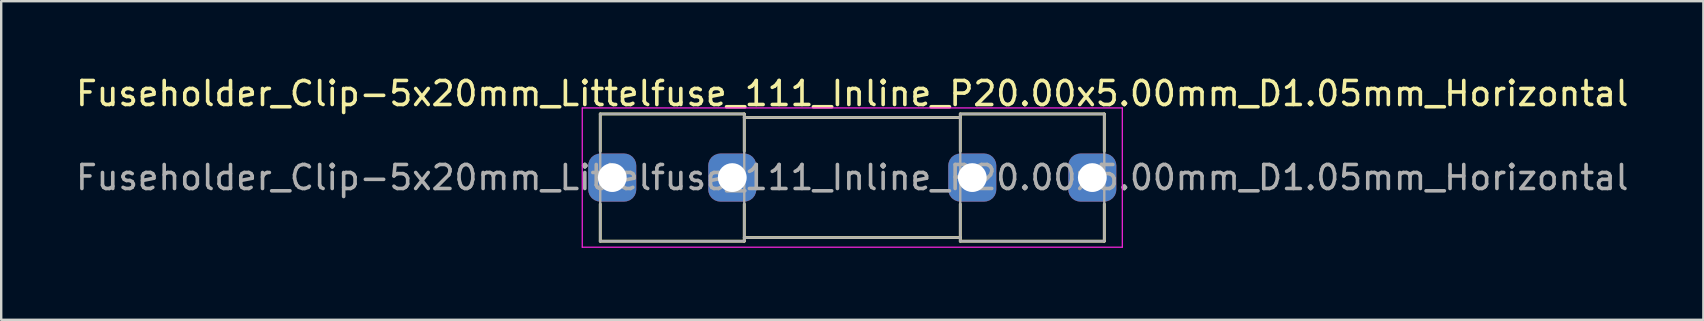
<source format=kicad_pcb>
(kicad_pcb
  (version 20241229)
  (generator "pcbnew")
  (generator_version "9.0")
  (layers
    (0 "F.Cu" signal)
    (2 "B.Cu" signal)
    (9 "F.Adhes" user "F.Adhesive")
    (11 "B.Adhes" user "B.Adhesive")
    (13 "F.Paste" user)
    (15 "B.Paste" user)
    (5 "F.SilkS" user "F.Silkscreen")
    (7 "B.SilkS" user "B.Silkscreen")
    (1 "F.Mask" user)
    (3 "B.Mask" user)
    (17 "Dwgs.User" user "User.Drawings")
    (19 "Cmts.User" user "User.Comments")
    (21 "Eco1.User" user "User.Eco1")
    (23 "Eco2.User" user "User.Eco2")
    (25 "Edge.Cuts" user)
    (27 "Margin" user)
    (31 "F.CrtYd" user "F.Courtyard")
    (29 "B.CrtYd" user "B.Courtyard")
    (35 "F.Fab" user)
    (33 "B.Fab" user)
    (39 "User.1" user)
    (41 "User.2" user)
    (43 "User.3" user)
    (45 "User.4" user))
  (footprint "Fuseholder_Clip-5x20mm_Littelfuse_111_Inline_P20.00x5.00mm_D1.05mm_Horizontal"
    (layer "F.Cu")
    (at 22.458 4.348)
    (property "Reference" "Fuseholder_Clip-5x20mm_Littelfuse_111_Inline_P20.00x5.00mm_D1.05mm_Horizontal" (at 10 -3.5 0) (layer "F.SilkS") (effects (font (size 1 1) (thickness 0.15))))
    (attr through_hole)
    (fp_line (start -0.5 -2.65) (end -0.5 -1.1) (stroke (width 0.12) (type solid)) (layer "F.SilkS"))
    (fp_line (start -0.5 2.65) (end -0.5 1.1) (stroke (width 0.12) (type solid)) (layer "F.SilkS"))
    (fp_line (start 5.5 -2.65) (end -0.5 -2.65) (stroke (width 0.12) (type solid)) (layer "F.SilkS"))
    (fp_line (start 5.5 -2.65) (end 5.5 -1.1) (stroke (width 0.12) (type solid)) (layer "F.SilkS"))
    (fp_line (start 5.5 2.65) (end -0.5 2.65) (stroke (width 0.12) (type solid)) (layer "F.SilkS"))
    (fp_line (start 5.5 2.65) (end 5.5 1.1) (stroke (width 0.12) (type solid)) (layer "F.SilkS"))
    (fp_line (start 14.5 -2.65) (end 14.5 -1.1) (stroke (width 0.12) (type solid)) (layer "F.SilkS"))
    (fp_line (start 14.5 -2.5) (end 5.5 -2.5) (stroke (width 0.12) (type solid)) (layer "F.SilkS"))
    (fp_line (start 14.5 2.5) (end 5.5 2.5) (stroke (width 0.12) (type solid)) (layer "F.SilkS"))
    (fp_line (start 14.5 2.65) (end 14.5 1.1) (stroke (width 0.12) (type solid)) (layer "F.SilkS"))
    (fp_line (start 14.5 2.65) (end 20.5 2.65) (stroke (width 0.12) (type solid)) (layer "F.SilkS"))
    (fp_line (start 20.5 -2.65) (end 14.5 -2.65) (stroke (width 0.12) (type solid)) (layer "F.SilkS"))
    (fp_line (start 20.5 -1.1) (end 20.5 -2.65) (stroke (width 0.12) (type solid)) (layer "F.SilkS"))
    (fp_line (start 20.5 1.1) (end 20.5 2.65) (stroke (width 0.12) (type solid)) (layer "F.SilkS"))
    (fp_line (start -1.25 -2.9) (end -1.25 2.9) (stroke (width 0.05) (type solid)) (layer "F.CrtYd"))
    (fp_line (start -1.25 -2.9) (end 21.25 -2.9) (stroke (width 0.05) (type solid)) (layer "F.CrtYd"))
    (fp_line (start 21.25 2.9) (end -1.25 2.9) (stroke (width 0.05) (type solid)) (layer "F.CrtYd"))
    (fp_line (start 21.25 2.9) (end 21.25 -2.9) (stroke (width 0.05) (type solid)) (layer "F.CrtYd"))
    (fp_line (start -0.5 -2.65) (end 5.5 -2.65) (stroke (width 0.1) (type solid)) (layer "F.Fab"))
    (fp_line (start -0.5 2.65) (end -0.5 -2.65) (stroke (width 0.1) (type solid)) (layer "F.Fab"))
    (fp_line (start 5.5 -2.65) (end 5.5 2.65) (stroke (width 0.1) (type solid)) (layer "F.Fab"))
    (fp_line (start 5.5 -2.5) (end 14.5 -2.5) (stroke (width 0.1) (type solid)) (layer "F.Fab"))
    (fp_line (start 5.5 2.65) (end -0.5 2.65) (stroke (width 0.1) (type solid)) (layer "F.Fab"))
    (fp_line (start 14.5 -2.65) (end 14.5 2.65) (stroke (width 0.1) (type solid)) (layer "F.Fab"))
    (fp_line (start 14.5 2.5) (end 5.5 2.5) (stroke (width 0.1) (type solid)) (layer "F.Fab"))
    (fp_line (start 14.5 2.65) (end 20.5 2.65) (stroke (width 0.1) (type solid)) (layer "F.Fab"))
    (fp_line (start 20.5 -2.65) (end 14.5 -2.65) (stroke (width 0.1) (type solid)) (layer "F.Fab"))
    (fp_line (start 20.5 2.65) (end 20.5 -2.65) (stroke (width 0.1) (type solid)) (layer "F.Fab"))
    (fp_text user "${REFERENCE}" (at 10 0 0) (layer "F.Fab") (effects (font (size 1 1) (thickness 0.15))))
    (pad "1" thru_hole roundrect (at 0 0) (size 2 2) (drill 1.2) (layers "*.Cu" "*.Mask") (roundrect_rratio 0.25))
    (pad "1" thru_hole roundrect (at 5 0) (size 2 2) (drill 1.2) (layers "*.Cu" "*.Mask") (roundrect_rratio 0.25))
    (pad "2" thru_hole roundrect (at 15 0) (size 2 2) (drill 1.2) (layers "*.Cu" "*.Mask") (roundrect_rratio 0.25))
    (pad "2" thru_hole roundrect (at 20 0) (size 2 2) (drill 1.2) (layers "*.Cu" "*.Mask") (roundrect_rratio 0.25)))
  (gr_rect
    (start -3 -3)
    (end 67.917 10.273)
    (stroke (width 0.1) (type default))
    (fill no)
    (layer "Edge.Cuts")))
</source>
